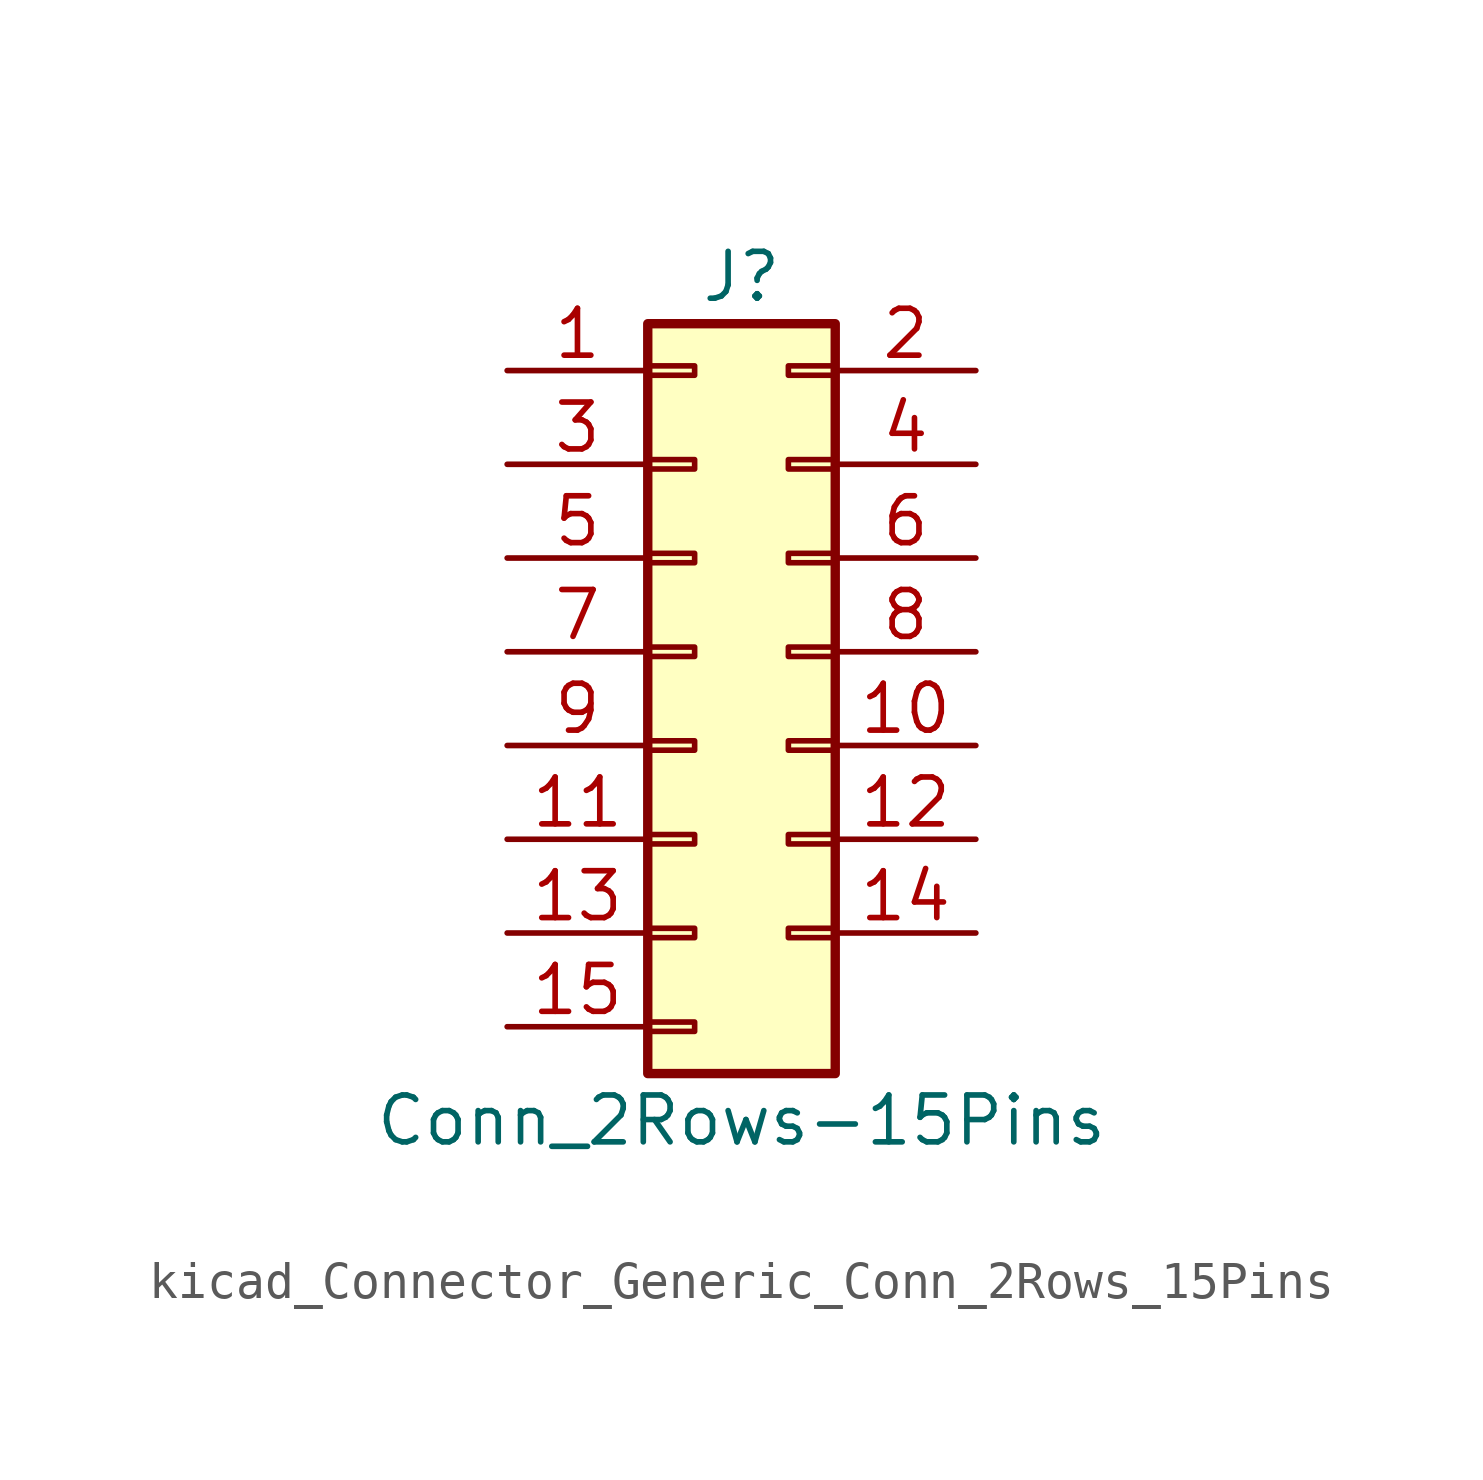
<source format=kicad_sym>
(kicad_symbol_lib
  (version 20220914)
  (generator kicad_symbol_editor)
  (symbol "kicad_Connector_Generic_Conn_2Rows_15Pins"
    (pin_names
      (offset 1.016) hide)
    (property "Reference" "J"
      (at 1.27 10.16 0)
      (effects (font (size 1.27 1.27))))
    (property "Value" "Conn_2Rows-15Pins"
      (at 1.27 -12.7 0)
      (effects (font (size 1.27 1.27))))
    (symbol "kicad_Connector_Generic_Conn_2Rows_15Pins_1_1"
      (rectangle (start -1.27 -10.033) (end 0 -10.287) (stroke (width 0.152) (type default)) (fill (type none)))
      (rectangle (start -1.27 -7.493) (end 0 -7.747) (stroke (width 0.152) (type default)) (fill (type none)))
      (rectangle (start -1.27 -4.953) (end 0 -5.207) (stroke (width 0.152) (type default)) (fill (type none)))
      (rectangle (start -1.27 -2.413) (end 0 -2.667) (stroke (width 0.152) (type default)) (fill (type none)))
      (rectangle (start -1.27 0.127) (end 0 -0.127) (stroke (width 0.152) (type default)) (fill (type none)))
      (rectangle (start -1.27 2.667) (end 0 2.413) (stroke (width 0.152) (type default)) (fill (type none)))
      (rectangle (start -1.27 5.207) (end 0 4.953) (stroke (width 0.152) (type default)) (fill (type none)))
      (rectangle (start -1.27 7.747) (end 0 7.493) (stroke (width 0.152) (type default)) (fill (type none)))
      (rectangle (start -1.27 8.89) (end 3.81 -11.43) (stroke (width 0.254) (type default)) (fill (type background)))
      (rectangle (start 3.81 -7.493) (end 2.54 -7.747) (stroke (width 0.152) (type default)) (fill (type none)))
      (rectangle (start 3.81 -4.953) (end 2.54 -5.207) (stroke (width 0.152) (type default)) (fill (type none)))
      (rectangle (start 3.81 -2.413) (end 2.54 -2.667) (stroke (width 0.152) (type default)) (fill (type none)))
      (rectangle (start 3.81 0.127) (end 2.54 -0.127) (stroke (width 0.152) (type default)) (fill (type none)))
      (rectangle (start 3.81 2.667) (end 2.54 2.413) (stroke (width 0.152) (type default)) (fill (type none)))
      (rectangle (start 3.81 5.207) (end 2.54 4.953) (stroke (width 0.152) (type default)) (fill (type none)))
      (rectangle (start 3.81 7.747) (end 2.54 7.493) (stroke (width 0.152) (type default)) (fill (type none)))
      (pin passive line (at -5.08 7.62 0) (length 3.81) (name "Pin_1" (effects (font (size 1.27 1.27)))) (number "1" (effects (font (size 1.27 1.27)))))
      (pin passive line (at 7.62 -2.54 180) (length 3.81) (name "Pin_10" (effects (font (size 1.27 1.27)))) (number "10" (effects (font (size 1.27 1.27)))))
      (pin passive line (at -5.08 -5.08 0) (length 3.81) (name "Pin_11" (effects (font (size 1.27 1.27)))) (number "11" (effects (font (size 1.27 1.27)))))
      (pin passive line (at 7.62 -5.08 180) (length 3.81) (name "Pin_12" (effects (font (size 1.27 1.27)))) (number "12" (effects (font (size 1.27 1.27)))))
      (pin passive line (at -5.08 -7.62 0) (length 3.81) (name "Pin_13" (effects (font (size 1.27 1.27)))) (number "13" (effects (font (size 1.27 1.27)))))
      (pin passive line (at 7.62 -7.62 180) (length 3.81) (name "Pin_14" (effects (font (size 1.27 1.27)))) (number "14" (effects (font (size 1.27 1.27)))))
      (pin passive line (at -5.08 -10.16 0) (length 3.81) (name "Pin_15" (effects (font (size 1.27 1.27)))) (number "15" (effects (font (size 1.27 1.27)))))
      (pin passive line (at 7.62 7.62 180) (length 3.81) (name "Pin_2" (effects (font (size 1.27 1.27)))) (number "2" (effects (font (size 1.27 1.27)))))
      (pin passive line (at -5.08 5.08 0) (length 3.81) (name "Pin_3" (effects (font (size 1.27 1.27)))) (number "3" (effects (font (size 1.27 1.27)))))
      (pin passive line (at 7.62 5.08 180) (length 3.81) (name "Pin_4" (effects (font (size 1.27 1.27)))) (number "4" (effects (font (size 1.27 1.27)))))
      (pin passive line (at -5.08 2.54 0) (length 3.81) (name "Pin_5" (effects (font (size 1.27 1.27)))) (number "5" (effects (font (size 1.27 1.27)))))
      (pin passive line (at 7.62 2.54 180) (length 3.81) (name "Pin_6" (effects (font (size 1.27 1.27)))) (number "6" (effects (font (size 1.27 1.27)))))
      (pin passive line (at -5.08 0 0) (length 3.81) (name "Pin_7" (effects (font (size 1.27 1.27)))) (number "7" (effects (font (size 1.27 1.27)))))
      (pin passive line (at 7.62 0 180) (length 3.81) (name "Pin_8" (effects (font (size 1.27 1.27)))) (number "8" (effects (font (size 1.27 1.27)))))
      (pin passive line (at -5.08 -2.54 0) (length 3.81) (name "Pin_9" (effects (font (size 1.27 1.27)))) (number "9" (effects (font (size 1.27 1.27))))))))
</source>
